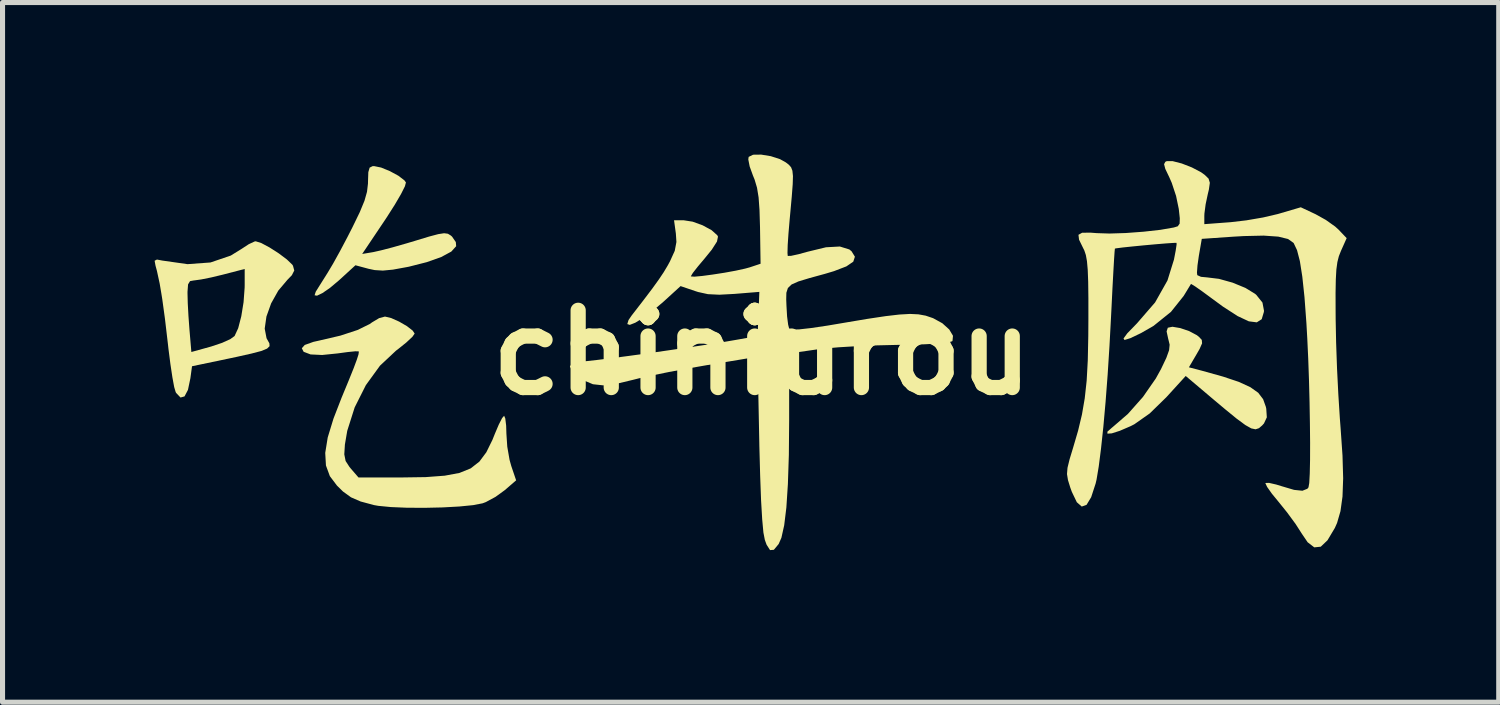
<source format=kicad_pcb>
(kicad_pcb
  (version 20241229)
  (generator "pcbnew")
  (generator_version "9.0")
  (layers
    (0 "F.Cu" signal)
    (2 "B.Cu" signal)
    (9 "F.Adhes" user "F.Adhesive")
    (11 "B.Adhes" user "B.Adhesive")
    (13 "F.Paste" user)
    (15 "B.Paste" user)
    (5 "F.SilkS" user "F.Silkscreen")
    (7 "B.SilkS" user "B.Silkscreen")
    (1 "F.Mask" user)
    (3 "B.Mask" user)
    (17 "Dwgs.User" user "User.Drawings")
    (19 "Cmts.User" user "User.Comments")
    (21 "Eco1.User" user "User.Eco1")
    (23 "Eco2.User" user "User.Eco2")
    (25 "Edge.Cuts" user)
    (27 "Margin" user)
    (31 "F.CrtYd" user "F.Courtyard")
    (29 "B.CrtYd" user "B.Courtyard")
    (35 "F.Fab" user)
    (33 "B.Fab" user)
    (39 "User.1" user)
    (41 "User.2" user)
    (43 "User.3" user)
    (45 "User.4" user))
  (footprint "chiniurou"
    (layer "F.Cu")
    (at 11.984 3.906)
    (property "Reference" "chiniurou" (at 0 0 0) (layer "F.SilkS") (effects (font (size 1.524 1.524) (thickness 0.3))))
    (attr board_only exclude_from_pos_files exclude_from_bom)
    (fp_poly (pts (xy 8.249 -0.484) (xy 8.423 -0.425) (xy 8.576 -0.344) (xy 8.618 -0.311) (xy 8.674 -0.251) (xy 8.68 -0.183) (xy 8.631 -0.072) (xy 8.57 0.034) (xy 8.42 0.29) (xy 8.676 0.357) (xy 9.092 0.473) (xy 9.406 0.578) (xy 9.632 0.682) (xy 9.787 0.792) (xy 9.884 0.919) (xy 9.938 1.07) (xy 9.946 1.107) (xy 9.957 1.277) (xy 9.901 1.397) (xy 9.866 1.436) (xy 9.802 1.491) (xy 9.735 1.513) (xy 9.65 1.495) (xy 9.533 1.429) (xy 9.367 1.307) (xy 9.138 1.12) (xy 8.921 0.938) (xy 8.357 0.461) (xy 7.975 0.88) (xy 7.647 1.2) (xy 7.344 1.413) (xy 7.272 1.45) (xy 7.056 1.543) (xy 6.899 1.593) (xy 6.813 1.599) (xy 6.812 1.56) (xy 6.907 1.476) (xy 6.914 1.471) (xy 7.217 1.209) (xy 7.514 0.874) (xy 7.767 0.51) (xy 7.87 0.324) (xy 7.975 0.103) (xy 8.029 -0.047) (xy 8.04 -0.156) (xy 8.016 -0.256) (xy 8.013 -0.265) (xy 7.98 -0.419) (xy 8.004 -0.491) (xy 8.095 -0.51)) (stroke (width 0) (type solid)) (fill yes) (layer "F.SilkS"))
    (fp_poly (pts (xy -7.516 -3.651) (xy -7.343 -3.58) (xy -7.175 -3.489) (xy -7.056 -3.398) (xy -7.026 -3.357) (xy -7.046 -3.281) (xy -7.123 -3.128) (xy -7.245 -2.919) (xy -7.401 -2.674) (xy -7.442 -2.612) (xy -7.889 -1.946) (xy -7.669 -1.983) (xy -7.518 -2.017) (xy -7.291 -2.076) (xy -7.021 -2.153) (xy -6.84 -2.207) (xy -6.57 -2.289) (xy -6.389 -2.337) (xy -6.273 -2.355) (xy -6.198 -2.345) (xy -6.141 -2.31) (xy -6.117 -2.289) (xy -6.042 -2.181) (xy -6.035 -2.099) (xy -6.131 -1.993) (xy -6.329 -1.886) (xy -6.613 -1.785) (xy -6.967 -1.695) (xy -7.008 -1.687) (xy -7.282 -1.637) (xy -7.481 -1.618) (xy -7.643 -1.628) (xy -7.765 -1.654) (xy -8.022 -1.723) (xy -8.348 -1.425) (xy -8.523 -1.278) (xy -8.672 -1.175) (xy -8.78 -1.123) (xy -8.828 -1.131) (xy -8.805 -1.202) (xy -8.75 -1.29) (xy -8.655 -1.441) (xy -8.572 -1.573) (xy -8.465 -1.752) (xy -8.327 -2.001) (xy -8.179 -2.281) (xy -8.079 -2.477) (xy -7.936 -2.772) (xy -7.844 -2.995) (xy -7.794 -3.172) (xy -7.775 -3.333) (xy -7.774 -3.382) (xy -7.768 -3.56) (xy -7.742 -3.649) (xy -7.684 -3.678) (xy -7.653 -3.679)) (stroke (width 0) (type solid)) (fill yes) (layer "F.SilkS"))
    (fp_poly (pts (xy -9.879 -2.161) (xy -9.716 -2.074) (xy -9.535 -1.958) (xy -9.374 -1.837) (xy -9.268 -1.735) (xy -9.254 -1.713) (xy -9.229 -1.62) (xy -9.276 -1.527) (xy -9.364 -1.436) (xy -9.544 -1.223) (xy -9.685 -0.972) (xy -9.778 -0.712) (xy -9.812 -0.473) (xy -9.776 -0.284) (xy -9.76 -0.255) (xy -9.72 -0.183) (xy -9.716 -0.127) (xy -9.765 -0.079) (xy -9.879 -0.032) (xy -10.074 0.019) (xy -10.364 0.084) (xy -10.534 0.12) (xy -11.246 0.269) (xy -11.278 0.505) (xy -11.326 0.735) (xy -11.394 0.864) (xy -11.473 0.886) (xy -11.559 0.796) (xy -11.569 0.777) (xy -11.598 0.679) (xy -11.633 0.488) (xy -11.672 0.228) (xy -11.711 -0.076) (xy -11.723 -0.183) (xy -11.78 -0.668) (xy -11.833 -1.055) (xy -11.851 -1.166) (xy -11.335 -1.166) (xy -11.33 -0.974) (xy -11.316 -0.719) (xy -11.297 -0.46) (xy -11.259 -0.012) (xy -10.869 -0.12) (xy -10.66 -0.19) (xy -10.492 -0.265) (xy -10.406 -0.328) (xy -10.335 -0.482) (xy -10.274 -0.717) (xy -10.229 -0.995) (xy -10.208 -1.281) (xy -10.207 -1.332) (xy -10.207 -1.65) (xy -10.638 -1.538) (xy -10.867 -1.483) (xy -11.067 -1.443) (xy -11.196 -1.425) (xy -11.202 -1.425) (xy -11.285 -1.41) (xy -11.324 -1.346) (xy -11.335 -1.2) (xy -11.335 -1.166) (xy -11.851 -1.166) (xy -11.884 -1.362) (xy -11.938 -1.611) (xy -11.966 -1.715) (xy -11.984 -1.812) (xy -11.938 -1.836) (xy -11.834 -1.816) (xy -11.335 -1.745) (xy -10.882 -1.778) (xy -10.482 -1.914) (xy -10.27 -2.045) (xy -10.126 -2.139) (xy -10.012 -2.192) (xy -9.989 -2.196)) (stroke (width 0) (type solid)) (fill yes) (layer "F.SilkS"))
    (fp_poly (pts (xy -7.318 -0.682) (xy -7.161 -0.612) (xy -7.006 -0.522) (xy -6.892 -0.433) (xy -6.854 -0.375) (xy -6.899 -0.311) (xy -7.018 -0.2) (xy -7.186 -0.065) (xy -7.221 -0.039) (xy -7.538 0.258) (xy -7.816 0.641) (xy -8.037 1.08) (xy -8.184 1.543) (xy -8.23 1.813) (xy -8.242 2.007) (xy -8.216 2.138) (xy -8.139 2.257) (xy -8.113 2.288) (xy -7.962 2.463) (xy -7.112 2.463) (xy -6.636 2.456) (xy -6.261 2.428) (xy -5.971 2.374) (xy -5.749 2.284) (xy -5.577 2.15) (xy -5.44 1.966) (xy -5.32 1.722) (xy -5.273 1.605) (xy -5.195 1.421) (xy -5.129 1.292) (xy -5.089 1.246) (xy -5.066 1.3) (xy -5.049 1.44) (xy -5.044 1.6) (xy -5.027 1.855) (xy -4.982 2.115) (xy -4.948 2.237) (xy -4.852 2.52) (xy -5.077 2.714) (xy -5.259 2.846) (xy -5.45 2.949) (xy -5.514 2.973) (xy -5.7 3.009) (xy -5.974 3.036) (xy -6.304 3.054) (xy -6.659 3.062) (xy -7.01 3.06) (xy -7.324 3.047) (xy -7.571 3.023) (xy -7.656 3.008) (xy -7.92 2.937) (xy -8.109 2.855) (xy -8.267 2.741) (xy -8.387 2.623) (xy -8.527 2.437) (xy -8.604 2.227) (xy -8.618 1.978) (xy -8.569 1.674) (xy -8.455 1.301) (xy -8.296 0.891) (xy -8.155 0.55) (xy -8.056 0.304) (xy -7.994 0.137) (xy -7.962 0.036) (xy -7.955 -0.014) (xy -7.96 -0.025) (xy -8.025 -0.026) (xy -8.175 -0.011) (xy -8.374 0.016) (xy -8.679 0.047) (xy -8.907 0.036) (xy -9.044 -0.016) (xy -9.08 -0.086) (xy -9.022 -0.151) (xy -8.851 -0.212) (xy -8.739 -0.237) (xy -8.319 -0.335) (xy -7.981 -0.446) (xy -7.742 -0.563) (xy -7.694 -0.597) (xy -7.555 -0.68) (xy -7.439 -0.711)) (stroke (width 0) (type solid)) (fill yes) (layer "F.SilkS"))
    (fp_poly (pts (xy 0.172 -3.875) (xy 0.354 -3.816) (xy 0.467 -3.753) (xy 0.529 -3.705) (xy 0.572 -3.656) (xy 0.598 -3.588) (xy 0.609 -3.482) (xy 0.604 -3.321) (xy 0.586 -3.084) (xy 0.556 -2.754) (xy 0.543 -2.614) (xy 0.52 -2.343) (xy 0.505 -2.119) (xy 0.501 -1.965) (xy 0.506 -1.907) (xy 0.572 -1.909) (xy 0.719 -1.941) (xy 0.898 -1.99) (xy 1.261 -2.078) (xy 1.534 -2.093) (xy 1.721 -2.035) (xy 1.765 -1.999) (xy 1.831 -1.892) (xy 1.799 -1.794) (xy 1.663 -1.701) (xy 1.418 -1.607) (xy 1.241 -1.554) (xy 0.931 -1.469) (xy 0.717 -1.404) (xy 0.582 -1.344) (xy 0.509 -1.274) (xy 0.479 -1.181) (xy 0.476 -1.05) (xy 0.481 -0.923) (xy 0.493 -0.714) (xy 0.514 -0.551) (xy 0.534 -0.474) (xy 0.591 -0.455) (xy 0.73 -0.458) (xy 0.961 -0.484) (xy 1.292 -0.533) (xy 1.629 -0.59) (xy 2.081 -0.666) (xy 2.434 -0.719) (xy 2.707 -0.751) (xy 2.918 -0.763) (xy 3.085 -0.755) (xy 3.227 -0.729) (xy 3.36 -0.684) (xy 3.378 -0.677) (xy 3.556 -0.579) (xy 3.692 -0.456) (xy 3.766 -0.332) (xy 3.756 -0.232) (xy 3.748 -0.223) (xy 3.666 -0.199) (xy 3.48 -0.179) (xy 3.204 -0.164) (xy 2.853 -0.154) (xy 2.659 -0.152) (xy 2.27 -0.143) (xy 1.875 -0.127) (xy 1.509 -0.105) (xy 1.207 -0.078) (xy 1.083 -0.063) (xy 0.534 0.016) (xy 0.534 1.328) (xy 0.528 2.018) (xy 0.509 2.593) (xy 0.479 3.055) (xy 0.436 3.407) (xy 0.381 3.653) (xy 0.327 3.776) (xy 0.232 3.89) (xy 0.157 3.896) (xy 0.089 3.79) (xy 0.054 3.694) (xy 0.026 3.549) (xy 0.002 3.289) (xy -0.02 2.915) (xy -0.038 2.431) (xy -0.054 1.839) (xy -0.055 1.776) (xy -0.089 0.081) (xy -1.098 0.249) (xy -1.469 0.314) (xy -1.835 0.382) (xy -2.165 0.449) (xy -2.428 0.507) (xy -2.538 0.535) (xy -2.876 0.616) (xy -3.134 0.646) (xy -3.337 0.624) (xy -3.512 0.551) (xy -3.566 0.517) (xy -3.731 0.383) (xy -3.791 0.275) (xy -3.746 0.204) (xy -3.596 0.178) (xy -3.591 0.178) (xy -3.472 0.169) (xy -3.255 0.145) (xy -2.962 0.109) (xy -2.612 0.063) (xy -2.227 0.01) (xy -1.826 -0.048) (xy -1.429 -0.106) (xy -1.057 -0.162) (xy -0.731 -0.214) (xy -0.475 -0.258) (xy -0.089 -0.328) (xy -0.071 -0.763) (xy -0.054 -1.198) (xy -0.546 -1.158) (xy -0.844 -1.142) (xy -1.069 -1.153) (xy -1.264 -1.196) (xy -1.323 -1.215) (xy -1.608 -1.312) (xy -1.939 -1.01) (xy -2.153 -0.827) (xy -2.345 -0.685) (xy -2.501 -0.59) (xy -2.61 -0.547) (xy -2.659 -0.563) (xy -2.635 -0.642) (xy -2.574 -0.731) (xy -2.339 -1.035) (xy -2.164 -1.266) (xy -2.036 -1.444) (xy -1.941 -1.586) (xy -1.865 -1.713) (xy -1.817 -1.801) (xy -1.723 -2.008) (xy -1.69 -2.182) (xy -1.701 -2.349) (xy -1.737 -2.611) (xy -1.549 -2.611) (xy -1.37 -2.583) (xy -1.172 -2.511) (xy -0.996 -2.415) (xy -0.884 -2.315) (xy -0.87 -2.288) (xy -0.89 -2.191) (xy -0.992 -2.031) (xy -1.13 -1.861) (xy -1.268 -1.697) (xy -1.366 -1.572) (xy -1.405 -1.507) (xy -1.404 -1.503) (xy -1.335 -1.498) (xy -1.181 -1.512) (xy -0.973 -1.54) (xy -0.741 -1.576) (xy -0.517 -1.617) (xy -0.331 -1.658) (xy -0.244 -1.682) (xy -0.03 -1.753) (xy -0.041 -2.476) (xy -0.051 -2.813) (xy -0.069 -3.062) (xy -0.1 -3.253) (xy -0.148 -3.414) (xy -0.181 -3.495) (xy -0.245 -3.672) (xy -0.272 -3.81) (xy -0.265 -3.861) (xy -0.177 -3.904) (xy -0.018 -3.906)) (stroke (width 0) (type solid)) (fill yes) (layer "F.SilkS"))
    (fp_poly (pts (xy 8.279 -3.731) (xy 8.479 -3.653) (xy 8.66 -3.558) (xy 8.732 -3.506) (xy 8.808 -3.432) (xy 8.833 -3.35) (xy 8.814 -3.216) (xy 8.793 -3.129) (xy 8.75 -2.926) (xy 8.726 -2.744) (xy 8.724 -2.695) (xy 8.724 -2.534) (xy 9.243 -2.573) (xy 9.552 -2.609) (xy 9.884 -2.666) (xy 10.17 -2.733) (xy 10.195 -2.74) (xy 10.627 -2.867) (xy 10.919 -2.73) (xy 11.122 -2.617) (xy 11.306 -2.486) (xy 11.372 -2.426) (xy 11.532 -2.258) (xy 11.419 -2.005) (xy 11.378 -1.901) (xy 11.349 -1.786) (xy 11.329 -1.64) (xy 11.318 -1.444) (xy 11.313 -1.176) (xy 11.314 -0.818) (xy 11.315 -0.653) (xy 11.324 -0.199) (xy 11.342 0.312) (xy 11.368 0.83) (xy 11.398 1.302) (xy 11.412 1.484) (xy 11.45 2.032) (xy 11.463 2.479) (xy 11.45 2.839) (xy 11.41 3.128) (xy 11.343 3.36) (xy 11.299 3.459) (xy 11.154 3.702) (xy 11.021 3.829) (xy 10.893 3.842) (xy 10.762 3.741) (xy 10.65 3.576) (xy 10.526 3.383) (xy 10.358 3.154) (xy 10.193 2.949) (xy 10.056 2.782) (xy 9.963 2.65) (xy 9.929 2.577) (xy 9.93 2.572) (xy 10.001 2.57) (xy 10.144 2.603) (xy 10.245 2.634) (xy 10.495 2.708) (xy 10.659 2.725) (xy 10.757 2.686) (xy 10.779 2.658) (xy 10.794 2.573) (xy 10.804 2.387) (xy 10.81 2.117) (xy 10.811 1.781) (xy 10.807 1.396) (xy 10.8 0.98) (xy 10.789 0.55) (xy 10.774 0.124) (xy 10.755 -0.281) (xy 10.738 -0.582) (xy 10.7 -1.095) (xy 10.657 -1.499) (xy 10.609 -1.805) (xy 10.553 -2.021) (xy 10.488 -2.158) (xy 10.484 -2.164) (xy 10.376 -2.241) (xy 10.183 -2.288) (xy 9.895 -2.308) (xy 9.504 -2.299) (xy 9.296 -2.287) (xy 8.674 -2.244) (xy 8.616 -1.909) (xy 8.589 -1.719) (xy 8.579 -1.578) (xy 8.585 -1.528) (xy 8.658 -1.495) (xy 8.776 -1.484) (xy 9.013 -1.455) (xy 9.282 -1.38) (xy 9.535 -1.276) (xy 9.726 -1.159) (xy 9.75 -1.138) (xy 9.871 -0.987) (xy 9.901 -0.828) (xy 9.899 -0.802) (xy 9.856 -0.659) (xy 9.759 -0.597) (xy 9.602 -0.617) (xy 9.38 -0.721) (xy 9.088 -0.91) (xy 8.869 -1.071) (xy 8.687 -1.205) (xy 8.546 -1.304) (xy 8.468 -1.352) (xy 8.46 -1.353) (xy 8.425 -1.296) (xy 8.351 -1.174) (xy 8.316 -1.117) (xy 8.066 -0.804) (xy 7.722 -0.527) (xy 7.477 -0.386) (xy 7.266 -0.285) (xy 7.15 -0.249) (xy 7.13 -0.279) (xy 7.204 -0.38) (xy 7.371 -0.552) (xy 7.397 -0.579) (xy 7.753 -0.99) (xy 7.997 -1.423) (xy 8.125 -1.834) (xy 8.159 -2.011) (xy 8.177 -2.132) (xy 8.176 -2.165) (xy 8.115 -2.164) (xy 7.967 -2.154) (xy 7.762 -2.137) (xy 7.531 -2.116) (xy 7.306 -2.094) (xy 7.115 -2.074) (xy 6.991 -2.058) (xy 6.96 -2.052) (xy 6.954 -1.992) (xy 6.943 -1.831) (xy 6.929 -1.585) (xy 6.912 -1.271) (xy 6.894 -0.906) (xy 6.884 -0.709) (xy 6.853 -0.131) (xy 6.817 0.435) (xy 6.776 0.973) (xy 6.732 1.465) (xy 6.686 1.895) (xy 6.641 2.247) (xy 6.598 2.505) (xy 6.58 2.582) (xy 6.492 2.852) (xy 6.401 3.003) (xy 6.306 3.037) (xy 6.209 2.952) (xy 6.111 2.748) (xy 6.08 2.663) (xy 6.034 2.514) (xy 6.015 2.396) (xy 6.025 2.272) (xy 6.066 2.105) (xy 6.134 1.881) (xy 6.234 1.54) (xy 6.31 1.222) (xy 6.365 0.902) (xy 6.403 0.554) (xy 6.425 0.153) (xy 6.435 -0.327) (xy 6.437 -0.653) (xy 6.437 -1.075) (xy 6.433 -1.396) (xy 6.424 -1.633) (xy 6.409 -1.803) (xy 6.387 -1.925) (xy 6.357 -2.015) (xy 6.335 -2.059) (xy 6.253 -2.227) (xy 6.241 -2.324) (xy 6.314 -2.365) (xy 6.484 -2.366) (xy 6.602 -2.357) (xy 6.853 -2.349) (xy 7.175 -2.359) (xy 7.525 -2.385) (xy 7.857 -2.422) (xy 8.122 -2.468) (xy 8.2 -2.492) (xy 8.237 -2.544) (xy 8.24 -2.652) (xy 8.22 -2.835) (xy 8.167 -3.09) (xy 8.081 -3.35) (xy 8.034 -3.457) (xy 7.954 -3.625) (xy 7.93 -3.717) (xy 7.955 -3.764) (xy 7.983 -3.777) (xy 8.1 -3.777)) (stroke (width 0) (type solid)) (fill yes) (layer "F.SilkS")))
  (gr_rect
    (start -3 -3)
    (end 26.516 10.803)
    (stroke (width 0.1) (type default))
    (fill no)
    (layer "Edge.Cuts")))
</source>
